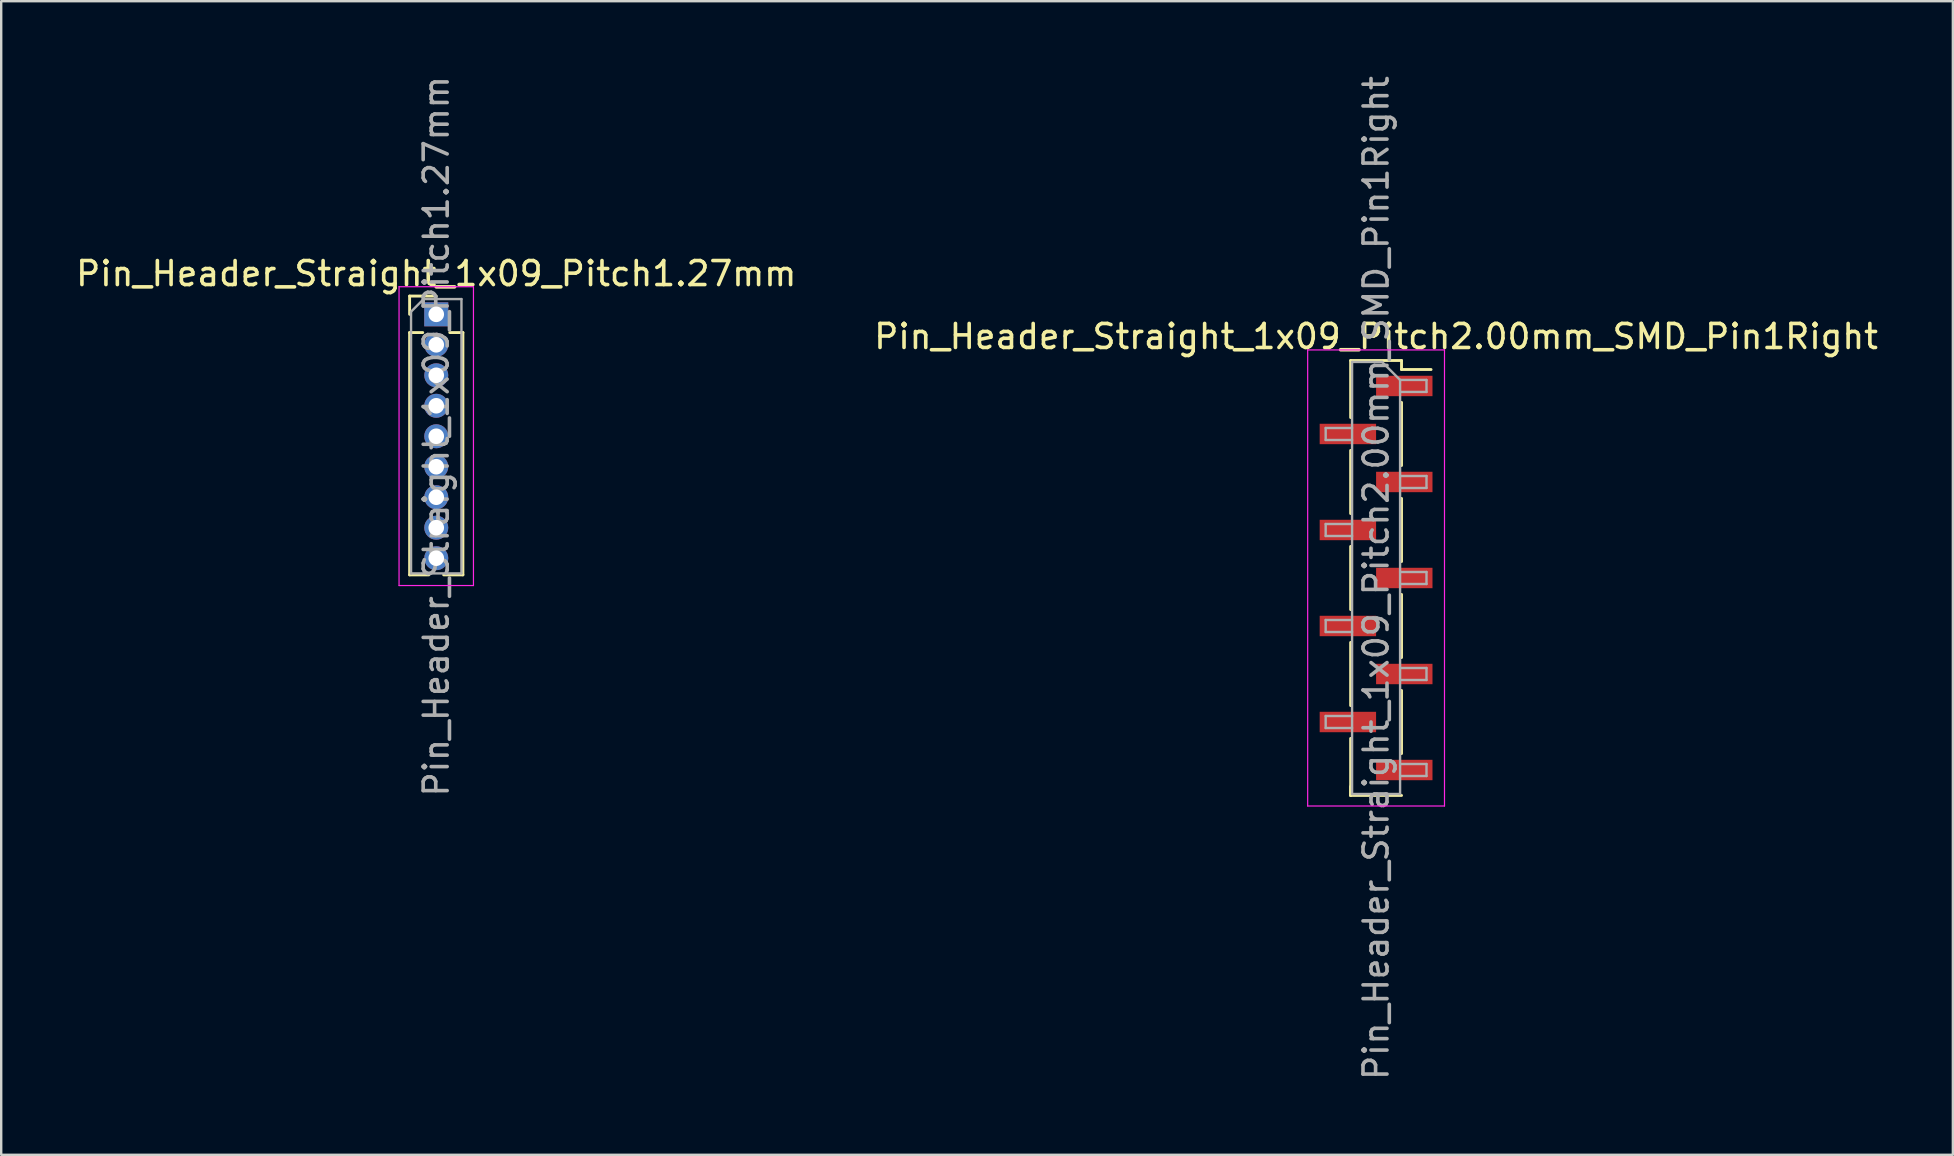
<source format=kicad_pcb>
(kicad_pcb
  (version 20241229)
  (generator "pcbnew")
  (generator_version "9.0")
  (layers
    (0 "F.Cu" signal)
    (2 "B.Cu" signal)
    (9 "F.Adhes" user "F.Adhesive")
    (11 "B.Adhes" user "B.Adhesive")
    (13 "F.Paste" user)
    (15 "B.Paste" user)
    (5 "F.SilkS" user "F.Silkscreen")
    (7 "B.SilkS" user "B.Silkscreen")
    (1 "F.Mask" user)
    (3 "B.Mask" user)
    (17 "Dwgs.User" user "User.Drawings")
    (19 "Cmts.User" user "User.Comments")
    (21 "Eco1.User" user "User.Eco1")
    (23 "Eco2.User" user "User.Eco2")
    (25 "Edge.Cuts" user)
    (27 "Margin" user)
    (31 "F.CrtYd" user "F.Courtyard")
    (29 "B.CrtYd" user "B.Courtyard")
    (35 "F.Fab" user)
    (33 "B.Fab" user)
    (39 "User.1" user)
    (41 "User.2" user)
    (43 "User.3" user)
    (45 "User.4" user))
  (footprint "Pin_Header_Straight_1x09_Pitch1.27mm"
    (layer "F.Cu")
    (at 15.125 10.045)
    (property "Reference" "Pin_Header_Straight_1x09_Pitch1.27mm" (at 0 -1.695 0) (layer "F.SilkS") (effects (font (size 1 1) (thickness 0.15))))
    (attr through_hole)
    (fp_line (start -1.11 -0.76) (end 0 -0.76) (stroke (width 0.12) (type solid)) (layer "F.SilkS"))
    (fp_line (start -1.11 0) (end -1.11 -0.76) (stroke (width 0.12) (type solid)) (layer "F.SilkS"))
    (fp_line (start -1.11 0.76) (end -1.11 10.855) (stroke (width 0.12) (type solid)) (layer "F.SilkS"))
    (fp_line (start -1.11 0.76) (end -0.563 0.76) (stroke (width 0.12) (type solid)) (layer "F.SilkS"))
    (fp_line (start -1.11 10.855) (end -0.308 10.855) (stroke (width 0.12) (type solid)) (layer "F.SilkS"))
    (fp_line (start 0.308 10.855) (end 1.11 10.855) (stroke (width 0.12) (type solid)) (layer "F.SilkS"))
    (fp_line (start 0.563 0.76) (end 1.11 0.76) (stroke (width 0.12) (type solid)) (layer "F.SilkS"))
    (fp_line (start 1.11 0.76) (end 1.11 10.855) (stroke (width 0.12) (type solid)) (layer "F.SilkS"))
    (fp_line (start -1.55 -1.15) (end -1.55 11.3) (stroke (width 0.05) (type solid)) (layer "F.CrtYd"))
    (fp_line (start -1.55 11.3) (end 1.55 11.3) (stroke (width 0.05) (type solid)) (layer "F.CrtYd"))
    (fp_line (start 1.55 -1.15) (end -1.55 -1.15) (stroke (width 0.05) (type solid)) (layer "F.CrtYd"))
    (fp_line (start 1.55 11.3) (end 1.55 -1.15) (stroke (width 0.05) (type solid)) (layer "F.CrtYd"))
    (fp_line (start -1.05 -0.11) (end -0.525 -0.635) (stroke (width 0.1) (type solid)) (layer "F.Fab"))
    (fp_line (start -1.05 10.795) (end -1.05 -0.11) (stroke (width 0.1) (type solid)) (layer "F.Fab"))
    (fp_line (start -0.525 -0.635) (end 1.05 -0.635) (stroke (width 0.1) (type solid)) (layer "F.Fab"))
    (fp_line (start 1.05 -0.635) (end 1.05 10.795) (stroke (width 0.1) (type solid)) (layer "F.Fab"))
    (fp_line (start 1.05 10.795) (end -1.05 10.795) (stroke (width 0.1) (type solid)) (layer "F.Fab"))
    (fp_text user "${REFERENCE}" (at 0 5.08 90) (layer "F.Fab") (effects (font (size 1 1) (thickness 0.15))))
    (pad "1" thru_hole rect (at 0 0) (size 1 1) (drill 0.65) (layers "*.Cu" "*.Mask"))
    (pad "2" thru_hole oval (at 0 1.27) (size 1 1) (drill 0.65) (layers "*.Cu" "*.Mask"))
    (pad "3" thru_hole oval (at 0 2.54) (size 1 1) (drill 0.65) (layers "*.Cu" "*.Mask"))
    (pad "4" thru_hole oval (at 0 3.81) (size 1 1) (drill 0.65) (layers "*.Cu" "*.Mask"))
    (pad "5" thru_hole oval (at 0 5.08) (size 1 1) (drill 0.65) (layers "*.Cu" "*.Mask"))
    (pad "6" thru_hole oval (at 0 6.35) (size 1 1) (drill 0.65) (layers "*.Cu" "*.Mask"))
    (pad "7" thru_hole oval (at 0 7.62) (size 1 1) (drill 0.65) (layers "*.Cu" "*.Mask"))
    (pad "8" thru_hole oval (at 0 8.89) (size 1 1) (drill 0.65) (layers "*.Cu" "*.Mask"))
    (pad "9" thru_hole oval (at 0 10.16) (size 1 1) (drill 0.65) (layers "*.Cu" "*.Mask")))
  (footprint "Pin_Header_Straight_1x09_Pitch2.00mm_SMD_Pin1Right"
    (layer "F.Cu")
    (at 54.28 21.03)
    (property "Reference" "Pin_Header_Straight_1x09_Pitch2.00mm_SMD_Pin1Right" (at 0 -10.06 0) (layer "F.SilkS") (effects (font (size 1 1) (thickness 0.15))))
    (attr smd)
    (fp_line (start -1.06 -9.06) (end -1.06 -6.685) (stroke (width 0.12) (type solid)) (layer "F.SilkS"))
    (fp_line (start -1.06 -9.06) (end 1.06 -9.06) (stroke (width 0.12) (type solid)) (layer "F.SilkS"))
    (fp_line (start -1.06 -5.315) (end -1.06 -2.685) (stroke (width 0.12) (type solid)) (layer "F.SilkS"))
    (fp_line (start -1.06 -1.315) (end -1.06 1.315) (stroke (width 0.12) (type solid)) (layer "F.SilkS"))
    (fp_line (start -1.06 2.685) (end -1.06 5.315) (stroke (width 0.12) (type solid)) (layer "F.SilkS"))
    (fp_line (start -1.06 6.685) (end -1.06 9.06) (stroke (width 0.12) (type solid)) (layer "F.SilkS"))
    (fp_line (start -1.06 8.685) (end -1.06 9.06) (stroke (width 0.12) (type solid)) (layer "F.SilkS"))
    (fp_line (start -1.06 9.06) (end 1.06 9.06) (stroke (width 0.12) (type solid)) (layer "F.SilkS"))
    (fp_line (start 1.06 -9.06) (end 1.06 -8.685) (stroke (width 0.12) (type solid)) (layer "F.SilkS"))
    (fp_line (start 1.06 -8.685) (end 2.29 -8.685) (stroke (width 0.12) (type solid)) (layer "F.SilkS"))
    (fp_line (start 1.06 -7.315) (end 1.06 -4.685) (stroke (width 0.12) (type solid)) (layer "F.SilkS"))
    (fp_line (start 1.06 -3.315) (end 1.06 -0.685) (stroke (width 0.12) (type solid)) (layer "F.SilkS"))
    (fp_line (start 1.06 0.685) (end 1.06 3.315) (stroke (width 0.12) (type solid)) (layer "F.SilkS"))
    (fp_line (start 1.06 4.685) (end 1.06 7.315) (stroke (width 0.12) (type solid)) (layer "F.SilkS"))
    (fp_line (start -2.85 -9.5) (end -2.85 9.5) (stroke (width 0.05) (type solid)) (layer "F.CrtYd"))
    (fp_line (start -2.85 9.5) (end 2.85 9.5) (stroke (width 0.05) (type solid)) (layer "F.CrtYd"))
    (fp_line (start 2.85 -9.5) (end -2.85 -9.5) (stroke (width 0.05) (type solid)) (layer "F.CrtYd"))
    (fp_line (start 2.85 9.5) (end 2.85 -9.5) (stroke (width 0.05) (type solid)) (layer "F.CrtYd"))
    (fp_line (start -2.1 -6.25) (end -2.1 -5.75) (stroke (width 0.1) (type solid)) (layer "F.Fab"))
    (fp_line (start -2.1 -5.75) (end -1 -5.75) (stroke (width 0.1) (type solid)) (layer "F.Fab"))
    (fp_line (start -2.1 -2.25) (end -2.1 -1.75) (stroke (width 0.1) (type solid)) (layer "F.Fab"))
    (fp_line (start -2.1 -1.75) (end -1 -1.75) (stroke (width 0.1) (type solid)) (layer "F.Fab"))
    (fp_line (start -2.1 1.75) (end -2.1 2.25) (stroke (width 0.1) (type solid)) (layer "F.Fab"))
    (fp_line (start -2.1 2.25) (end -1 2.25) (stroke (width 0.1) (type solid)) (layer "F.Fab"))
    (fp_line (start -2.1 5.75) (end -2.1 6.25) (stroke (width 0.1) (type solid)) (layer "F.Fab"))
    (fp_line (start -2.1 6.25) (end -1 6.25) (stroke (width 0.1) (type solid)) (layer "F.Fab"))
    (fp_line (start -1 -9) (end -1 9) (stroke (width 0.1) (type solid)) (layer "F.Fab"))
    (fp_line (start -1 -9) (end 0.25 -9) (stroke (width 0.1) (type solid)) (layer "F.Fab"))
    (fp_line (start -1 -6.25) (end -2.1 -6.25) (stroke (width 0.1) (type solid)) (layer "F.Fab"))
    (fp_line (start -1 -2.25) (end -2.1 -2.25) (stroke (width 0.1) (type solid)) (layer "F.Fab"))
    (fp_line (start -1 1.75) (end -2.1 1.75) (stroke (width 0.1) (type solid)) (layer "F.Fab"))
    (fp_line (start -1 5.75) (end -2.1 5.75) (stroke (width 0.1) (type solid)) (layer "F.Fab"))
    (fp_line (start 1 -8.25) (end 0.25 -9) (stroke (width 0.1) (type solid)) (layer "F.Fab"))
    (fp_line (start 1 -8.25) (end 2.1 -8.25) (stroke (width 0.1) (type solid)) (layer "F.Fab"))
    (fp_line (start 1 -4.25) (end 2.1 -4.25) (stroke (width 0.1) (type solid)) (layer "F.Fab"))
    (fp_line (start 1 -0.25) (end 2.1 -0.25) (stroke (width 0.1) (type solid)) (layer "F.Fab"))
    (fp_line (start 1 3.75) (end 2.1 3.75) (stroke (width 0.1) (type solid)) (layer "F.Fab"))
    (fp_line (start 1 7.75) (end 2.1 7.75) (stroke (width 0.1) (type solid)) (layer "F.Fab"))
    (fp_line (start 1 9) (end -1 9) (stroke (width 0.1) (type solid)) (layer "F.Fab"))
    (fp_line (start 1 9) (end 1 -8.25) (stroke (width 0.1) (type solid)) (layer "F.Fab"))
    (fp_line (start 2.1 -8.25) (end 2.1 -7.75) (stroke (width 0.1) (type solid)) (layer "F.Fab"))
    (fp_line (start 2.1 -7.75) (end 1 -7.75) (stroke (width 0.1) (type solid)) (layer "F.Fab"))
    (fp_line (start 2.1 -4.25) (end 2.1 -3.75) (stroke (width 0.1) (type solid)) (layer "F.Fab"))
    (fp_line (start 2.1 -3.75) (end 1 -3.75) (stroke (width 0.1) (type solid)) (layer "F.Fab"))
    (fp_line (start 2.1 -0.25) (end 2.1 0.25) (stroke (width 0.1) (type solid)) (layer "F.Fab"))
    (fp_line (start 2.1 0.25) (end 1 0.25) (stroke (width 0.1) (type solid)) (layer "F.Fab"))
    (fp_line (start 2.1 3.75) (end 2.1 4.25) (stroke (width 0.1) (type solid)) (layer "F.Fab"))
    (fp_line (start 2.1 4.25) (end 1 4.25) (stroke (width 0.1) (type solid)) (layer "F.Fab"))
    (fp_line (start 2.1 7.75) (end 2.1 8.25) (stroke (width 0.1) (type solid)) (layer "F.Fab"))
    (fp_line (start 2.1 8.25) (end 1 8.25) (stroke (width 0.1) (type solid)) (layer "F.Fab"))
    (fp_text user "${REFERENCE}" (at 0 0 90) (layer "F.Fab") (effects (font (size 1 1) (thickness 0.15))))
    (pad "1" smd rect (at 1.175 -8) (size 2.35 0.85) (layers "F.Cu" "F.Mask" "F.Paste"))
    (pad "2" smd rect (at -1.175 -6) (size 2.35 0.85) (layers "F.Cu" "F.Mask" "F.Paste"))
    (pad "3" smd rect (at 1.175 -4) (size 2.35 0.85) (layers "F.Cu" "F.Mask" "F.Paste"))
    (pad "4" smd rect (at -1.175 -2) (size 2.35 0.85) (layers "F.Cu" "F.Mask" "F.Paste"))
    (pad "5" smd rect (at 1.175 0) (size 2.35 0.85) (layers "F.Cu" "F.Mask" "F.Paste"))
    (pad "6" smd rect (at -1.175 2) (size 2.35 0.85) (layers "F.Cu" "F.Mask" "F.Paste"))
    (pad "7" smd rect (at 1.175 4) (size 2.35 0.85) (layers "F.Cu" "F.Mask" "F.Paste"))
    (pad "8" smd rect (at -1.175 6) (size 2.35 0.85) (layers "F.Cu" "F.Mask" "F.Paste"))
    (pad "9" smd rect (at 1.175 8) (size 2.35 0.85) (layers "F.Cu" "F.Mask" "F.Paste")))
  (gr_rect
    (start -3 -3)
    (end 78.31 45.06)
    (stroke (width 0.1) (type default))
    (fill no)
    (layer "Edge.Cuts")))
</source>
